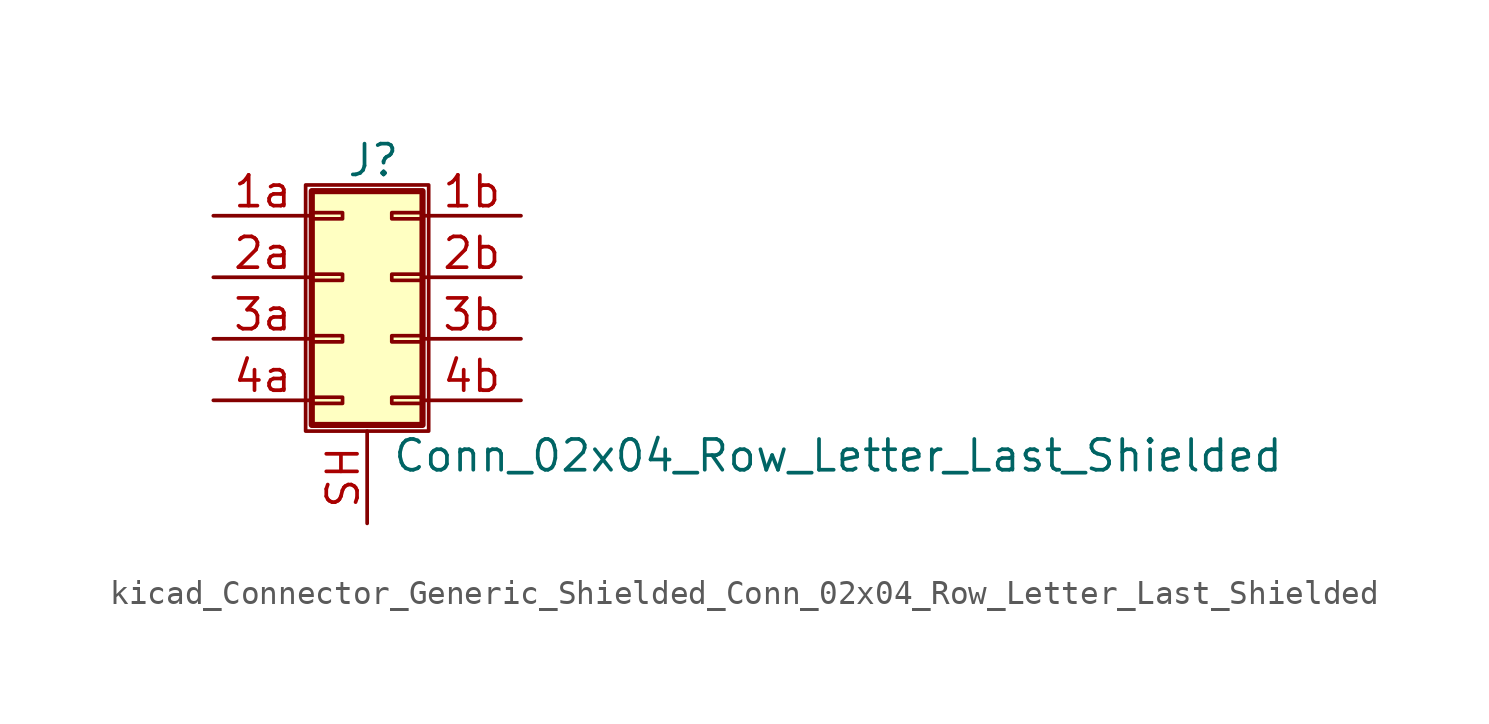
<source format=kicad_sym>
(kicad_symbol_lib
  (version 20220914)
  (generator kicad_symbol_editor)
  (symbol "kicad_Connector_Generic_Shielded_Conn_02x04_Row_Letter_Last_Shielded"
    (pin_names
      (offset 1.016) hide)
    (property "Reference" "J"
      (at 1.524 4.826 0)
      (effects (font (size 1.27 1.27))))
    (property "Value" "Conn_02x04_Row_Letter_Last_Shielded"
      (at 2.286 -7.366 0)
      (effects (font (size 1.27 1.27)) (justify left)))
    (symbol "kicad_Connector_Generic_Shielded_Conn_02x04_Row_Letter_Last_Shielded_1_1"
      (rectangle (start -1.27 3.81) (end 3.81 -6.35) (stroke (width 0.152) (type default)) (fill (type none)))
      (rectangle (start -1.016 -4.953) (end 0.254 -5.207) (stroke (width 0.152) (type default)) (fill (type none)))
      (rectangle (start -1.016 -2.413) (end 0.254 -2.667) (stroke (width 0.152) (type default)) (fill (type none)))
      (rectangle (start -1.016 0.127) (end 0.254 -0.127) (stroke (width 0.152) (type default)) (fill (type none)))
      (rectangle (start -1.016 2.667) (end 0.254 2.413) (stroke (width 0.152) (type default)) (fill (type none)))
      (rectangle (start -1.016 3.556) (end 3.556 -6.096) (stroke (width 0.254) (type default)) (fill (type background)))
      (rectangle (start 3.556 -4.953) (end 2.286 -5.207) (stroke (width 0.152) (type default)) (fill (type none)))
      (rectangle (start 3.556 -2.413) (end 2.286 -2.667) (stroke (width 0.152) (type default)) (fill (type none)))
      (rectangle (start 3.556 0.127) (end 2.286 -0.127) (stroke (width 0.152) (type default)) (fill (type none)))
      (rectangle (start 3.556 2.667) (end 2.286 2.413) (stroke (width 0.152) (type default)) (fill (type none)))
      (pin passive line (at -5.08 2.54 0) (length 4.064) (name "Pin_1a" (effects (font (size 1.27 1.27)))) (number "1a" (effects (font (size 1.27 1.27)))))
      (pin passive line (at 7.62 2.54 180) (length 4.064) (name "Pin_1b" (effects (font (size 1.27 1.27)))) (number "1b" (effects (font (size 1.27 1.27)))))
      (pin passive line (at -5.08 0 0) (length 4.064) (name "Pin_2a" (effects (font (size 1.27 1.27)))) (number "2a" (effects (font (size 1.27 1.27)))))
      (pin passive line (at 7.62 0 180) (length 4.064) (name "Pin_2b" (effects (font (size 1.27 1.27)))) (number "2b" (effects (font (size 1.27 1.27)))))
      (pin passive line (at -5.08 -2.54 0) (length 4.064) (name "Pin_3a" (effects (font (size 1.27 1.27)))) (number "3a" (effects (font (size 1.27 1.27)))))
      (pin passive line (at 7.62 -2.54 180) (length 4.064) (name "Pin_3b" (effects (font (size 1.27 1.27)))) (number "3b" (effects (font (size 1.27 1.27)))))
      (pin passive line (at -5.08 -5.08 0) (length 4.064) (name "Pin_4a" (effects (font (size 1.27 1.27)))) (number "4a" (effects (font (size 1.27 1.27)))))
      (pin passive line (at 7.62 -5.08 180) (length 4.064) (name "Pin_4b" (effects (font (size 1.27 1.27)))) (number "4b" (effects (font (size 1.27 1.27)))))
      (pin passive line (at 1.27 -10.16 90) (length 3.81) (name "Shield" (effects (font (size 1.27 1.27)))) (number "SH" (effects (font (size 1.27 1.27))))))))
</source>
